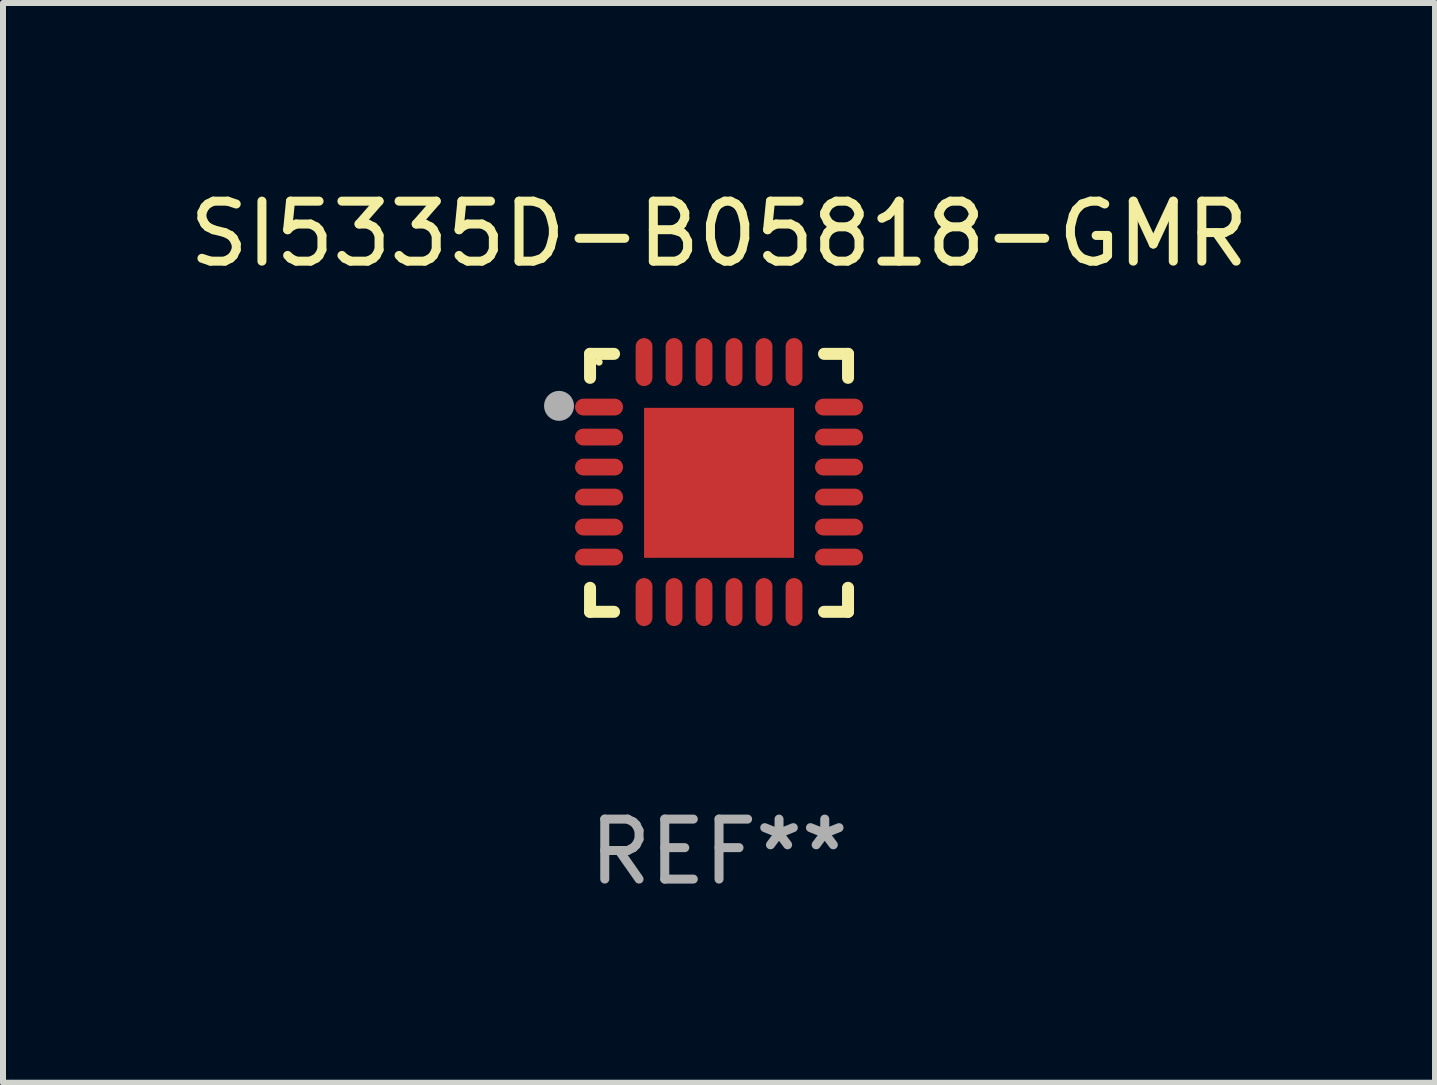
<source format=kicad_pcb>
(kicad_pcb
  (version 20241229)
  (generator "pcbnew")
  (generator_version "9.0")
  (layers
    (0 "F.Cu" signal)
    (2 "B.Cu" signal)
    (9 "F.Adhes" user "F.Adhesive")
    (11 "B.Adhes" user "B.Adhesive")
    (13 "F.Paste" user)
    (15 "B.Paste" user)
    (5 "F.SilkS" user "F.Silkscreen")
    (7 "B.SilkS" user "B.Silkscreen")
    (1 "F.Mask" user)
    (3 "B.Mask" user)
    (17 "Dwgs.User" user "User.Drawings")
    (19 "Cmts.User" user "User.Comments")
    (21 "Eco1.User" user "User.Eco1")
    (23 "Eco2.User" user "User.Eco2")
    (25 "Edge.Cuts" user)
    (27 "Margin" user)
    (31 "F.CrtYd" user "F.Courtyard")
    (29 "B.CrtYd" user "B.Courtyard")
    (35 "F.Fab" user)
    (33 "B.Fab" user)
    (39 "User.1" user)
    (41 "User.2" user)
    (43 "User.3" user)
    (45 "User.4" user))
  (footprint "SI5335D-B05818-GMR"
    (layer "F.Cu")
    (at 8.935 4.998)
    (property "Reference" "SI5335D-B05818-GMR" (at 0 -4.15 0) (layer "F.SilkS") (effects (font (size 1 1) (thickness 0.15))))
    (attr through_hole)
    (fp_line (start -2.15 -2.15) (end -1.75 -2.15) (stroke (width 0.2) (type solid)) (layer "F.SilkS"))
    (fp_line (start -2.15 -1.75) (end -2.15 -2.15) (stroke (width 0.2) (type solid)) (layer "F.SilkS"))
    (fp_line (start -2.15 2.15) (end -2.15 1.75) (stroke (width 0.2) (type solid)) (layer "F.SilkS"))
    (fp_line (start -1.75 2.15) (end -2.15 2.15) (stroke (width 0.2) (type solid)) (layer "F.SilkS"))
    (fp_line (start 1.75 -2.15) (end 2.15 -2.15) (stroke (width 0.2) (type solid)) (layer "F.SilkS"))
    (fp_line (start 1.75 2.15) (end 2.15 2.15) (stroke (width 0.2) (type solid)) (layer "F.SilkS"))
    (fp_line (start 2.15 -2.15) (end 2.15 -1.75) (stroke (width 0.2) (type solid)) (layer "F.SilkS"))
    (fp_line (start 2.15 2.15) (end 2.15 1.75) (stroke (width 0.2) (type solid)) (layer "F.SilkS"))
    (fp_circle (center -2 -2.013) (end -1.97 -2.013) (stroke (width 0.06) (type solid)) (fill no) (layer "F.SilkS"))
    (fp_circle (center -2.667 -1.283) (end -2.542 -1.283) (stroke (width 0.25) (type solid)) (fill no) (layer "F.Fab"))
    (fp_text user "REF**" (at 0 6.15 0) (layer "F.Fab") (effects (font (size 1 1) (thickness 0.15))))
    (pad "1" smd oval (at -2 -1.263) (size 0.8 0.28) (layers "F.Cu" "F.Mask" "F.Paste"))
    (pad "2" smd oval (at -2 -0.763) (size 0.8 0.28) (layers "F.Cu" "F.Mask" "F.Paste"))
    (pad "3" smd oval (at -2 -0.263) (size 0.8 0.28) (layers "F.Cu" "F.Mask" "F.Paste"))
    (pad "4" smd oval (at -2 0.237) (size 0.8 0.28) (layers "F.Cu" "F.Mask" "F.Paste"))
    (pad "5" smd oval (at -2 0.737) (size 0.8 0.28) (layers "F.Cu" "F.Mask" "F.Paste"))
    (pad "6" smd oval (at -2 1.237) (size 0.8 0.28) (layers "F.Cu" "F.Mask" "F.Paste"))
    (pad "7" smd oval (at -1.25 1.987) (size 0.28 0.8) (layers "F.Cu" "F.Mask" "F.Paste"))
    (pad "8" smd oval (at -0.75 1.987) (size 0.28 0.8) (layers "F.Cu" "F.Mask" "F.Paste"))
    (pad "9" smd oval (at -0.25 1.987) (size 0.28 0.8) (layers "F.Cu" "F.Mask" "F.Paste"))
    (pad "10" smd oval (at 0.25 1.987) (size 0.28 0.8) (layers "F.Cu" "F.Mask" "F.Paste"))
    (pad "11" smd oval (at 0.75 1.987) (size 0.28 0.8) (layers "F.Cu" "F.Mask" "F.Paste"))
    (pad "12" smd oval (at 1.25 1.987) (size 0.28 0.8) (layers "F.Cu" "F.Mask" "F.Paste"))
    (pad "13" smd oval (at 2 1.237) (size 0.8 0.28) (layers "F.Cu" "F.Mask" "F.Paste"))
    (pad "14" smd oval (at 2 0.737) (size 0.8 0.28) (layers "F.Cu" "F.Mask" "F.Paste"))
    (pad "15" smd oval (at 2 0.237) (size 0.8 0.28) (layers "F.Cu" "F.Mask" "F.Paste"))
    (pad "16" smd oval (at 2 -0.263) (size 0.8 0.28) (layers "F.Cu" "F.Mask" "F.Paste"))
    (pad "17" smd oval (at 2 -0.763) (size 0.8 0.28) (layers "F.Cu" "F.Mask" "F.Paste"))
    (pad "18" smd oval (at 2 -1.263) (size 0.8 0.28) (layers "F.Cu" "F.Mask" "F.Paste"))
    (pad "19" smd oval (at 1.25 -2.013) (size 0.28 0.8) (layers "F.Cu" "F.Mask" "F.Paste"))
    (pad "20" smd oval (at 0.75 -2.013) (size 0.28 0.8) (layers "F.Cu" "F.Mask" "F.Paste"))
    (pad "21" smd oval (at 0.25 -2.013) (size 0.28 0.8) (layers "F.Cu" "F.Mask" "F.Paste"))
    (pad "22" smd oval (at -0.25 -2.013) (size 0.28 0.8) (layers "F.Cu" "F.Mask" "F.Paste"))
    (pad "23" smd oval (at -0.75 -2.013) (size 0.28 0.8) (layers "F.Cu" "F.Mask" "F.Paste"))
    (pad "24" smd oval (at -1.25 -2.013) (size 0.28 0.8) (layers "F.Cu" "F.Mask" "F.Paste"))
    (pad "25" smd rect (at -0.000127 -0.00014) (size 2.5 2.5) (layers "F.Cu" "F.Mask" "F.Paste")))
  (gr_rect
    (start -3 -3)
    (end 20.869 14.997)
    (stroke (width 0.1) (type default))
    (fill no)
    (layer "Edge.Cuts")))
</source>
